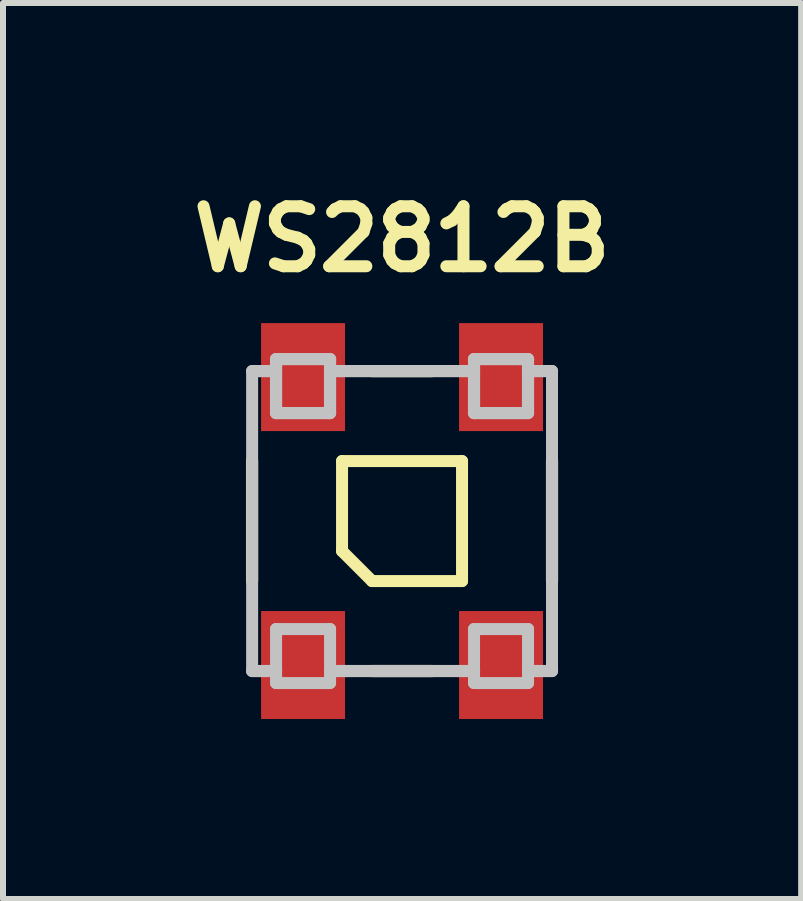
<source format=kicad_pcb>
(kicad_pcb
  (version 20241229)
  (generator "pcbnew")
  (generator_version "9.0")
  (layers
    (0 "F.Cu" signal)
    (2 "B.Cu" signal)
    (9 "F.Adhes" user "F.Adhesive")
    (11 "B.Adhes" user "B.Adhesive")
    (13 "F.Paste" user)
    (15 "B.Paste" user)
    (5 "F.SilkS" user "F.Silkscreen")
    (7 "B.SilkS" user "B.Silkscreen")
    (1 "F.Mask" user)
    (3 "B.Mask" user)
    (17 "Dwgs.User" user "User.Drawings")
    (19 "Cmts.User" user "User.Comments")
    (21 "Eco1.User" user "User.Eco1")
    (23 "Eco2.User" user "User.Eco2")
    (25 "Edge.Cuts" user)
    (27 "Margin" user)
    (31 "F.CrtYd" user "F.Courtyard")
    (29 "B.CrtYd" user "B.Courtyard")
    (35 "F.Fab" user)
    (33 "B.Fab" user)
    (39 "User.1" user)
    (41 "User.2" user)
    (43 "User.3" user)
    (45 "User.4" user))
  (footprint "WS2812B"
    (layer "F.Cu")
    (at 3.652 5.636)
    (property "Reference" "WS2812B" (at 0 -4.7 0) (layer "F.SilkS") (effects (font (size 1 1) (thickness 0.2))))
    (attr through_hole)
    (fp_line (start -2.5 -1) (end -2.5 1) (stroke (width 0.203) (type solid)) (layer "F.SilkS"))
    (fp_line (start -1 -1) (end 1 -1) (stroke (width 0.2) (type solid)) (layer "F.SilkS"))
    (fp_line (start -1 0.5) (end -1 -1) (stroke (width 0.2) (type solid)) (layer "F.SilkS"))
    (fp_line (start -0.5 -2.5) (end 0.5 -2.5) (stroke (width 0.203) (type solid)) (layer "F.SilkS"))
    (fp_line (start -0.5 1) (end -1 0.5) (stroke (width 0.2) (type solid)) (layer "F.SilkS"))
    (fp_line (start -0.5 2.5) (end 0.5 2.5) (stroke (width 0.203) (type solid)) (layer "F.SilkS"))
    (fp_line (start 1 -1) (end 1 1) (stroke (width 0.2) (type solid)) (layer "F.SilkS"))
    (fp_line (start 1 1) (end -0.5 1) (stroke (width 0.2) (type solid)) (layer "F.SilkS"))
    (fp_line (start 2.5 -1) (end 2.5 1) (stroke (width 0.203) (type solid)) (layer "F.SilkS"))
    (fp_line (start -2.5 -2.5) (end -2.1 -2.5) (stroke (width 0.203) (type solid)) (layer "Dwgs.User"))
    (fp_line (start -2.5 2.5) (end -2.1 2.5) (stroke (width 0.203) (type solid)) (layer "Dwgs.User"))
    (fp_line (start -2.499 2.499) (end -2.499 -2.499) (stroke (width 0.2) (type solid)) (layer "Dwgs.User"))
    (fp_line (start -2.1 -2.7) (end -1.2 -2.7) (stroke (width 0.203) (type solid)) (layer "Dwgs.User"))
    (fp_line (start -2.1 -1.8) (end -2.1 -2.7) (stroke (width 0.203) (type solid)) (layer "Dwgs.User"))
    (fp_line (start -2.1 1.8) (end -1.2 1.8) (stroke (width 0.2) (type solid)) (layer "Dwgs.User"))
    (fp_line (start -2.1 2.7) (end -2.1 1.8) (stroke (width 0.2) (type solid)) (layer "Dwgs.User"))
    (fp_line (start -1.2 -2.7) (end -1.2 -1.8) (stroke (width 0.203) (type solid)) (layer "Dwgs.User"))
    (fp_line (start -1.2 -2.5) (end 1.2 -2.5) (stroke (width 0.203) (type solid)) (layer "Dwgs.User"))
    (fp_line (start -1.2 -1.8) (end -2.1 -1.8) (stroke (width 0.203) (type solid)) (layer "Dwgs.User"))
    (fp_line (start -1.2 1.8) (end -1.2 2.7) (stroke (width 0.2) (type solid)) (layer "Dwgs.User"))
    (fp_line (start -1.2 2.5) (end 1.2 2.5) (stroke (width 0.203) (type solid)) (layer "Dwgs.User"))
    (fp_line (start -1.2 2.7) (end -2.1 2.7) (stroke (width 0.2) (type solid)) (layer "Dwgs.User"))
    (fp_line (start 1.2 -2.7) (end 1.2 -1.8) (stroke (width 0.203) (type solid)) (layer "Dwgs.User"))
    (fp_line (start 1.2 -1.8) (end 2.1 -1.8) (stroke (width 0.203) (type solid)) (layer "Dwgs.User"))
    (fp_line (start 1.2 1.8) (end 2.1 1.8) (stroke (width 0.2) (type solid)) (layer "Dwgs.User"))
    (fp_line (start 1.2 2.7) (end 1.2 1.8) (stroke (width 0.2) (type solid)) (layer "Dwgs.User"))
    (fp_line (start 2.1 -2.7) (end 1.2 -2.7) (stroke (width 0.203) (type solid)) (layer "Dwgs.User"))
    (fp_line (start 2.1 -2.5) (end 2.5 -2.5) (stroke (width 0.203) (type solid)) (layer "Dwgs.User"))
    (fp_line (start 2.1 -1.8) (end 2.1 -2.7) (stroke (width 0.203) (type solid)) (layer "Dwgs.User"))
    (fp_line (start 2.1 1.8) (end 2.1 2.7) (stroke (width 0.2) (type solid)) (layer "Dwgs.User"))
    (fp_line (start 2.1 2.5) (end 2.5 2.5) (stroke (width 0.203) (type solid)) (layer "Dwgs.User"))
    (fp_line (start 2.1 2.7) (end 1.2 2.7) (stroke (width 0.2) (type solid)) (layer "Dwgs.User"))
    (fp_line (start 2.5 -2.5) (end 2.5 2.5) (stroke (width 0.2) (type solid)) (layer "Dwgs.User"))
    (pad "1" smd rect (at 1.65 -2.4) (size 1.4 1.8) (layers "F.Cu" "F.Mask" "F.Paste"))
    (pad "2" smd rect (at -1.65 -2.4) (size 1.4 1.8) (layers "F.Cu" "F.Mask" "F.Paste"))
    (pad "3" smd rect (at -1.65 2.4) (size 1.4 1.8) (layers "F.Cu" "F.Mask" "F.Paste"))
    (pad "4" smd rect (at 1.65 2.4) (size 1.4 1.8) (layers "F.Cu" "F.Mask" "F.Paste")))
  (gr_rect
    (start -3 -3)
    (end 10.305 11.936)
    (stroke (width 0.1) (type default))
    (fill no)
    (layer "Edge.Cuts")))
</source>
